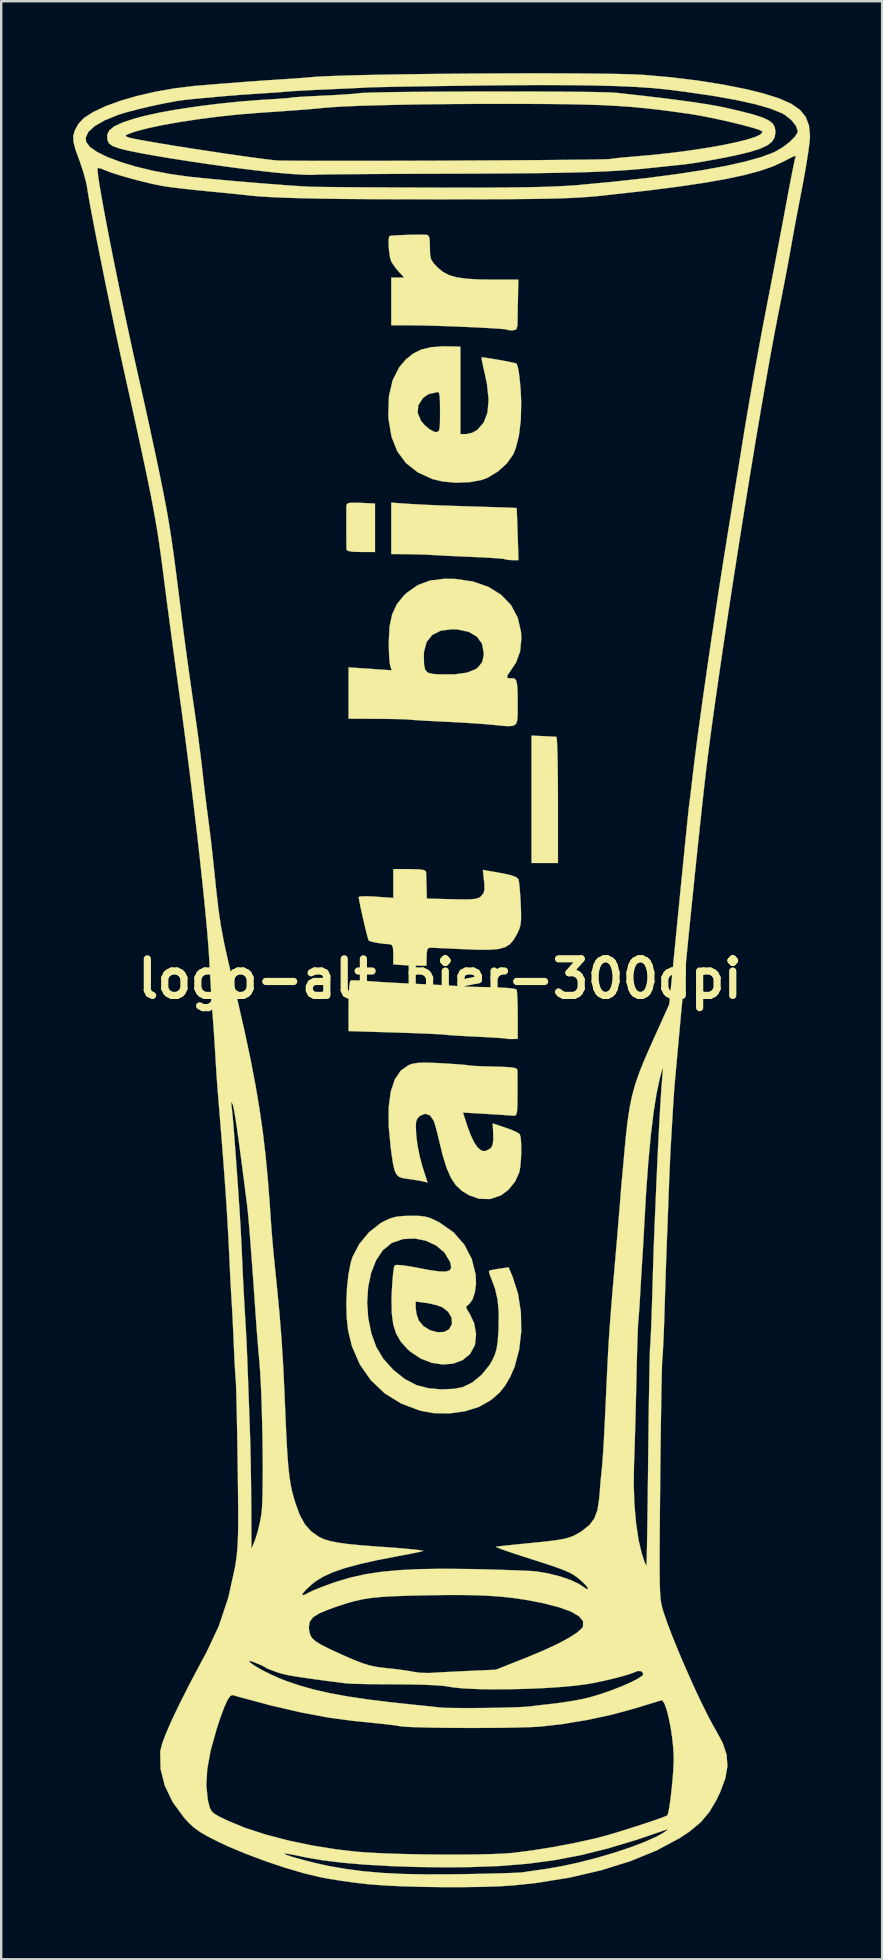
<source format=kicad_pcb>
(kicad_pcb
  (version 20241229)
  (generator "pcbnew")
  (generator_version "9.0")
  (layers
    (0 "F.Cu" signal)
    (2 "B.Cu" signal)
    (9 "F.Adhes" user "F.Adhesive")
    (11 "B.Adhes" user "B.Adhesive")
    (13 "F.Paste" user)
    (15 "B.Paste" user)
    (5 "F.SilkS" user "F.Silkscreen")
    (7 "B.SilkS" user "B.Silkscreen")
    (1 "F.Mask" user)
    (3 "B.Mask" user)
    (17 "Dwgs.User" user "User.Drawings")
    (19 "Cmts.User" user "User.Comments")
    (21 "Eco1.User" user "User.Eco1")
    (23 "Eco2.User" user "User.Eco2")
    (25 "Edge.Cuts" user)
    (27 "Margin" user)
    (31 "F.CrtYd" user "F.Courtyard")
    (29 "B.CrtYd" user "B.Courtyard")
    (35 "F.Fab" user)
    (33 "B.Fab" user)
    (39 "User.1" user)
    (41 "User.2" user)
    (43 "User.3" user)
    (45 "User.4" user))
  (footprint "logo-alt_bier-300dpi"
    (layer "F.Cu")
    (at 15.279 37.722)
    (property "Reference" "logo-alt_bier-300dpi" (at 0 0 0) (layer "F.SilkS") (effects (font (size 1.524 1.524) (thickness 0.3))))
    (attr through_hole)
    (fp_poly (pts (xy 4.297 -10.11) (xy 4.572 -10.097) (xy 4.775 -10.087) (xy 4.847 -10.082) (xy 4.863 -9.999) (xy 4.877 -9.767) (xy 4.889 -9.407) (xy 4.899 -8.938) (xy 4.907 -8.382) (xy 4.91 -7.759) (xy 4.911 -7.451) (xy 4.911 -4.826) (xy 3.81 -4.826) (xy 3.81 -10.132) (xy 4.297 -10.11)) (stroke (width 0.01) (type solid)) (fill yes) (layer "F.SilkS"))
    (fp_poly (pts (xy -3.302 -19.826) (xy -2.709 -19.798) (xy -2.709 -17.78) (xy -3.302 -17.78) (xy -3.648 -17.792) (xy -3.841 -17.828) (xy -3.897 -17.886) (xy -3.9 -18.056) (xy -3.902 -18.335) (xy -3.903 -18.675) (xy -3.904 -19.032) (xy -3.904 -19.357) (xy -3.903 -19.605) (xy -3.901 -19.727) (xy -3.867 -19.794) (xy -3.751 -19.828) (xy -3.519 -19.834) (xy -3.302 -19.826)) (stroke (width 0.01) (type solid)) (fill yes) (layer "F.SilkS"))
    (fp_poly (pts (xy -1.249 -19.781) (xy -0.919 -19.762) (xy -0.46 -19.74) (xy 0.087 -19.717) (xy 0.681 -19.696) (xy 1.282 -19.677) (xy 1.355 -19.675) (xy 1.89 -19.659) (xy 2.364 -19.644) (xy 2.753 -19.631) (xy 3.031 -19.62) (xy 3.173 -19.613) (xy 3.187 -19.611) (xy 3.194 -19.528) (xy 3.205 -19.307) (xy 3.217 -18.981) (xy 3.231 -18.583) (xy 3.233 -18.521) (xy 3.267 -17.441) (xy 3.002 -17.441) (xy 2.806 -17.453) (xy 2.699 -17.48) (xy 2.698 -17.481) (xy 2.604 -17.498) (xy 2.372 -17.518) (xy 2.031 -17.541) (xy 1.612 -17.562) (xy 1.393 -17.572) (xy 0.907 -17.593) (xy 0.444 -17.614) (xy 0.049 -17.634) (xy -0.235 -17.65) (xy -0.296 -17.654) (xy -0.6 -17.67) (xy -0.989 -17.682) (xy -1.376 -17.689) (xy -2.032 -17.695) (xy -2.032 -19.835) (xy -1.249 -19.781)) (stroke (width 0.01) (type solid)) (fill yes) (layer "F.SilkS"))
    (fp_poly (pts (xy -3.35 0.068) (xy -3.032 0.089) (xy -2.945 0.096) (xy -2.614 0.121) (xy -2.163 0.149) (xy -1.645 0.178) (xy -1.108 0.204) (xy -0.899 0.213) (xy -0.416 0.235) (xy 0.026 0.258) (xy 0.39 0.278) (xy 0.641 0.295) (xy 0.72 0.302) (xy 0.901 0.315) (xy 1.209 0.327) (xy 1.602 0.338) (xy 2.036 0.347) (xy 2.055 0.347) (xy 2.467 0.359) (xy 2.814 0.379) (xy 3.064 0.407) (xy 3.182 0.438) (xy 3.186 0.442) (xy 3.206 0.554) (xy 3.222 0.798) (xy 3.232 1.138) (xy 3.236 1.509) (xy 3.236 2.498) (xy 3.016 2.506) (xy 2.844 2.504) (xy 2.772 2.49) (xy 2.684 2.478) (xy 2.457 2.46) (xy 2.123 2.439) (xy 1.714 2.418) (xy 1.564 2.41) (xy 1.116 2.388) (xy 0.715 2.365) (xy 0.396 2.344) (xy 0.2 2.327) (xy 0.173 2.323) (xy 0.03 2.311) (xy -0.255 2.296) (xy -0.654 2.278) (xy -1.139 2.259) (xy -1.683 2.24) (xy -1.922 2.233) (xy -3.81 2.175) (xy -3.81 1.137) (xy -3.802 0.642) (xy -3.78 0.295) (xy -3.744 0.104) (xy -3.718 0.068) (xy -3.595 0.061) (xy -3.35 0.068)) (stroke (width 0.01) (type solid)) (fill yes) (layer "F.SilkS"))
    (fp_poly (pts (xy -0.603 -30.995) (xy -0.572 -30.994) (xy -0.488 -30.964) (xy -0.443 -30.86) (xy -0.425 -30.642) (xy -0.423 -30.47) (xy -0.415 -30.172) (xy -0.374 -29.975) (xy -0.273 -29.813) (xy -0.106 -29.635) (xy 0.112 -29.452) (xy 0.366 -29.316) (xy 0.684 -29.222) (xy 1.093 -29.163) (xy 1.619 -29.132) (xy 2.184 -29.125) (xy 3.26 -29.125) (xy 3.244 -28.257) (xy 3.237 -27.871) (xy 3.23 -27.531) (xy 3.225 -27.285) (xy 3.223 -27.199) (xy 3.172 -27.048) (xy 3.02 -27.009) (xy 2.852 -27.022) (xy 2.787 -27.043) (xy 2.692 -27.06) (xy 2.456 -27.081) (xy 2.106 -27.103) (xy 1.671 -27.127) (xy 1.178 -27.15) (xy 0.656 -27.172) (xy 0.132 -27.192) (xy -0.366 -27.207) (xy -0.809 -27.217) (xy -1.164 -27.22) (xy -2.032 -27.22) (xy -2.032 -28.215) (xy -2.032 -29.21) (xy -1.492 -29.21) (xy -1.709 -29.443) (xy -1.887 -29.658) (xy -2.024 -29.865) (xy -2.031 -29.877) (xy -2.083 -30.049) (xy -2.122 -30.302) (xy -2.142 -30.574) (xy -2.14 -30.805) (xy -2.112 -30.936) (xy -2.108 -30.94) (xy -2.016 -30.956) (xy -1.799 -30.971) (xy -1.504 -30.984) (xy -1.176 -30.994) (xy -0.861 -30.998) (xy -0.603 -30.995)) (stroke (width 0.01) (type solid)) (fill yes) (layer "F.SilkS"))
    (fp_poly (pts (xy -0.896 -4.562) (xy -0.674 -4.532) (xy -0.586 -4.478) (xy -0.584 -4.466) (xy -0.577 -4.329) (xy -0.569 -4.082) (xy -0.563 -3.852) (xy -0.55 -3.344) (xy 0.495 -3.317) (xy 0.943 -3.309) (xy 1.255 -3.312) (xy 1.462 -3.331) (xy 1.598 -3.369) (xy 1.693 -3.429) (xy 1.711 -3.444) (xy 1.809 -3.561) (xy 1.85 -3.712) (xy 1.844 -3.954) (xy 1.833 -4.068) (xy 1.784 -4.539) (xy 2.497 -4.414) (xy 2.912 -4.328) (xy 3.166 -4.24) (xy 3.264 -4.156) (xy 3.291 -4.018) (xy 3.319 -3.754) (xy 3.345 -3.405) (xy 3.36 -3.133) (xy 3.375 -2.721) (xy 3.372 -2.434) (xy 3.346 -2.224) (xy 3.291 -2.047) (xy 3.203 -1.863) (xy 3.06 -1.619) (xy 2.904 -1.44) (xy 2.708 -1.318) (xy 2.444 -1.245) (xy 2.085 -1.213) (xy 1.606 -1.213) (xy 1.143 -1.23) (xy 0.68 -1.25) (xy 0.262 -1.27) (xy -0.074 -1.285) (xy -0.291 -1.296) (xy -0.339 -1.299) (xy -0.469 -1.292) (xy -0.533 -1.22) (xy -0.556 -1.039) (xy -0.559 -0.931) (xy -0.567 -0.55) (xy -0.897 -0.55) (xy -1.212 -0.556) (xy -1.547 -0.573) (xy -1.587 -0.576) (xy -1.947 -0.602) (xy -1.947 -1.021) (xy -1.958 -1.277) (xy -2.001 -1.405) (xy -2.089 -1.442) (xy -2.095 -1.443) (xy -2.342 -1.461) (xy -2.61 -1.498) (xy -2.838 -1.545) (xy -2.965 -1.59) (xy -2.971 -1.595) (xy -3.005 -1.692) (xy -3.063 -1.911) (xy -3.137 -2.211) (xy -3.215 -2.549) (xy -3.289 -2.881) (xy -3.348 -3.165) (xy -3.382 -3.359) (xy -3.387 -3.41) (xy -3.309 -3.434) (xy -3.101 -3.441) (xy -2.802 -3.432) (xy -2.667 -3.423) (xy -1.947 -3.37) (xy -1.947 -4.572) (xy -1.27 -4.572) (xy -0.896 -4.562)) (stroke (width 0.01) (type solid)) (fill yes) (layer "F.SilkS"))
    (fp_poly (pts (xy 0.572 -26.341) (xy 0.847 -26.331) (xy 0.847 -22.691) (xy 1.089 -22.691) (xy 1.334 -22.744) (xy 1.544 -22.858) (xy 1.819 -23.171) (xy 1.978 -23.591) (xy 2.023 -24.124) (xy 1.955 -24.774) (xy 1.869 -25.188) (xy 1.797 -25.501) (xy 1.746 -25.743) (xy 1.726 -25.874) (xy 1.727 -25.885) (xy 1.814 -25.882) (xy 2.019 -25.853) (xy 2.297 -25.808) (xy 2.6 -25.755) (xy 2.88 -25.701) (xy 3.091 -25.656) (xy 3.187 -25.628) (xy 3.187 -25.628) (xy 3.236 -25.502) (xy 3.284 -25.245) (xy 3.326 -24.894) (xy 3.36 -24.487) (xy 3.379 -24.062) (xy 3.38 -24.011) (xy 3.364 -23.28) (xy 3.286 -22.632) (xy 3.152 -22.097) (xy 3.044 -21.837) (xy 2.781 -21.468) (xy 2.408 -21.132) (xy 1.981 -20.874) (xy 1.745 -20.784) (xy 1.25 -20.69) (xy 0.687 -20.666) (xy 0.131 -20.712) (xy -0.313 -20.816) (xy -0.932 -21.101) (xy -1.42 -21.486) (xy -1.782 -21.976) (xy -2.021 -22.579) (xy -2.143 -23.301) (xy -2.155 -23.496) (xy -2.152 -23.574) (xy -0.931 -23.574) (xy -0.798 -23.251) (xy -0.643 -23.063) (xy -0.436 -22.891) (xy -0.244 -22.788) (xy -0.178 -22.775) (xy -0.097 -22.785) (xy -0.046 -22.835) (xy -0.016 -22.955) (xy -0.003 -23.177) (xy -0.000061 -23.531) (xy 0 -23.631) (xy -0.003 -24.02) (xy -0.015 -24.267) (xy -0.041 -24.399) (xy -0.085 -24.443) (xy -0.134 -24.435) (xy -0.327 -24.389) (xy -0.392 -24.384) (xy -0.532 -24.328) (xy -0.708 -24.192) (xy -0.724 -24.176) (xy -0.907 -23.89) (xy -0.931 -23.574) (xy -2.152 -23.574) (xy -2.129 -24.27) (xy -1.976 -24.931) (xy -1.697 -25.479) (xy -1.426 -25.798) (xy -1.119 -26.045) (xy -0.781 -26.213) (xy -0.376 -26.31) (xy 0.13 -26.347) (xy 0.572 -26.341)) (stroke (width 0.01) (type solid)) (fill yes) (layer "F.SilkS"))
    (fp_poly (pts (xy 0.627 -16.659) (xy 1.372 -16.551) (xy 2.014 -16.327) (xy 2.546 -15.997) (xy 2.956 -15.568) (xy 3.235 -15.049) (xy 3.373 -14.451) (xy 3.387 -14.179) (xy 3.335 -13.64) (xy 3.168 -13.181) (xy 2.949 -12.848) (xy 2.809 -12.646) (xy 2.796 -12.541) (xy 2.913 -12.514) (xy 3.02 -12.523) (xy 3.112 -12.507) (xy 3.175 -12.416) (xy 3.213 -12.227) (xy 3.231 -11.917) (xy 3.234 -11.462) (xy 3.234 -11.441) (xy 3.233 -11.043) (xy 3.218 -10.775) (xy 3.161 -10.613) (xy 3.036 -10.537) (xy 2.814 -10.525) (xy 2.468 -10.554) (xy 2.159 -10.586) (xy 1.824 -10.614) (xy 1.371 -10.646) (xy 0.854 -10.677) (xy 0.325 -10.706) (xy 0.169 -10.713) (xy -0.293 -10.736) (xy -0.7 -10.758) (xy -1.021 -10.778) (xy -1.223 -10.793) (xy -1.27 -10.799) (xy -1.397 -10.809) (xy -1.66 -10.818) (xy -2.022 -10.825) (xy -2.451 -10.83) (xy -2.603 -10.831) (xy -3.81 -10.837) (xy -3.81 -12.974) (xy -2.015 -12.852) (xy -2.075 -13.04) (xy -2.101 -13.205) (xy -2.118 -13.445) (xy -0.676 -13.445) (xy -0.666 -13.091) (xy -0.618 -12.872) (xy -0.506 -12.754) (xy -0.3 -12.701) (xy -0.055 -12.683) (xy 0.609 -12.683) (xy 1.12 -12.754) (xy 1.481 -12.898) (xy 1.601 -12.993) (xy 1.757 -13.202) (xy 1.816 -13.459) (xy 1.82 -13.582) (xy 1.747 -13.962) (xy 1.534 -14.256) (xy 1.191 -14.455) (xy 0.728 -14.553) (xy 0.507 -14.563) (xy 0.03 -14.503) (xy -0.326 -14.324) (xy -0.56 -14.03) (xy -0.668 -13.622) (xy -0.676 -13.445) (xy -2.118 -13.445) (xy -2.122 -13.491) (xy -2.134 -13.849) (xy -2.135 -14.048) (xy -2.103 -14.677) (xy -1.995 -15.184) (xy -1.8 -15.603) (xy -1.504 -15.968) (xy -1.371 -16.091) (xy -0.929 -16.4) (xy -0.425 -16.589) (xy 0.168 -16.665) (xy 0.627 -16.659)) (stroke (width 0.01) (type solid)) (fill yes) (layer "F.SilkS"))
    (fp_poly (pts (xy -0.244 3.5) (xy 0.078 3.516) (xy 0.486 3.541) (xy 0.829 3.565) (xy 1.075 3.587) (xy 1.189 3.603) (xy 1.192 3.604) (xy 1.291 3.617) (xy 1.525 3.631) (xy 1.856 3.644) (xy 2.229 3.654) (xy 2.661 3.666) (xy 2.949 3.685) (xy 3.121 3.713) (xy 3.204 3.756) (xy 3.223 3.806) (xy 3.225 3.942) (xy 3.226 4.205) (xy 3.227 4.553) (xy 3.226 4.826) (xy 3.223 5.224) (xy 3.211 5.482) (xy 3.185 5.628) (xy 3.142 5.691) (xy 3.075 5.7) (xy 3.075 5.7) (xy 2.934 5.689) (xy 2.665 5.671) (xy 2.306 5.649) (xy 1.94 5.626) (xy 0.954 5.568) (xy 1.157 6.192) (xy 1.283 6.524) (xy 1.426 6.817) (xy 1.555 7.011) (xy 1.565 7.022) (xy 1.725 7.156) (xy 1.861 7.175) (xy 1.986 7.129) (xy 2.115 7.048) (xy 2.188 6.923) (xy 2.217 6.715) (xy 2.211 6.385) (xy 2.209 6.333) (xy 2.193 6.02) (xy 2.726 6.198) (xy 3.009 6.303) (xy 3.224 6.402) (xy 3.322 6.469) (xy 3.36 6.616) (xy 3.38 6.88) (xy 3.382 7.21) (xy 3.367 7.556) (xy 3.336 7.866) (xy 3.298 8.062) (xy 3.123 8.446) (xy 2.845 8.791) (xy 2.538 9.018) (xy 2.081 9.172) (xy 1.62 9.159) (xy 1.207 9.012) (xy 0.906 8.828) (xy 0.658 8.594) (xy 0.452 8.283) (xy 0.272 7.874) (xy 0.108 7.341) (xy -0.04 6.731) (xy -0.12 6.398) (xy -0.201 6.1) (xy -0.264 5.908) (xy -0.416 5.689) (xy -0.616 5.618) (xy -0.833 5.704) (xy -0.863 5.729) (xy -0.951 5.828) (xy -0.998 5.954) (xy -1.01 6.152) (xy -0.995 6.468) (xy -0.991 6.519) (xy -0.939 6.932) (xy -0.846 7.4) (xy -0.734 7.818) (xy -0.521 8.482) (xy -0.705 8.437) (xy -0.894 8.4) (xy -1.173 8.356) (xy -1.34 8.333) (xy -1.556 8.299) (xy -1.711 8.244) (xy -1.819 8.141) (xy -1.898 7.964) (xy -1.96 7.685) (xy -2.022 7.276) (xy -2.052 7.051) (xy -2.139 6.14) (xy -2.14 5.357) (xy -2.055 4.706) (xy -1.885 4.191) (xy -1.631 3.816) (xy -1.296 3.586) (xy -1.126 3.531) (xy -0.918 3.499) (xy -0.636 3.489) (xy -0.244 3.5)) (stroke (width 0.01) (type solid)) (fill yes) (layer "F.SilkS"))
    (fp_poly (pts (xy -0.864 9.873) (xy -0.6 9.905) (xy -0.366 9.979) (xy -0.091 10.113) (xy -0.014 10.154) (xy 0.56 10.557) (xy 1.009 11.068) (xy 1.322 11.67) (xy 1.484 12.321) (xy 1.498 12.703) (xy 1.449 13.068) (xy 1.347 13.368) (xy 1.205 13.554) (xy 1.193 13.561) (xy 1.102 13.633) (xy 1.097 13.717) (xy 1.182 13.868) (xy 1.235 13.946) (xy 1.422 14.345) (xy 1.5 14.795) (xy 1.458 15.222) (xy 1.441 15.277) (xy 1.245 15.631) (xy 0.94 15.88) (xy 0.556 16.025) (xy 0.118 16.063) (xy -0.345 15.993) (xy -0.808 15.814) (xy -1.241 15.525) (xy -1.365 15.413) (xy -1.635 15.11) (xy -1.826 14.782) (xy -1.949 14.398) (xy -2.011 13.926) (xy -2.014 13.709) (xy -1.016 13.709) (xy -0.975 13.983) (xy -0.884 14.235) (xy -0.692 14.466) (xy -0.419 14.632) (xy -0.116 14.717) (xy 0.169 14.708) (xy 0.375 14.599) (xy 0.498 14.372) (xy 0.482 14.113) (xy 0.338 13.866) (xy 0.095 13.679) (xy -0.132 13.595) (xy -0.435 13.522) (xy -0.579 13.498) (xy -1.016 13.44) (xy -1.016 13.709) (xy -2.014 13.709) (xy -2.02 13.336) (xy -2.009 13.01) (xy -1.985 12.611) (xy -1.954 12.274) (xy -1.921 12.035) (xy -1.889 11.931) (xy -1.779 11.915) (xy -1.54 11.934) (xy -1.208 11.984) (xy -0.971 12.029) (xy -0.423 12.133) (xy -0.021 12.188) (xy 0.251 12.191) (xy 0.407 12.138) (xy 0.464 12.028) (xy 0.438 11.856) (xy 0.41 11.776) (xy 0.183 11.399) (xy -0.162 11.106) (xy -0.588 10.907) (xy -1.058 10.814) (xy -1.537 10.838) (xy -1.988 10.991) (xy -2.031 11.014) (xy -2.383 11.303) (xy -2.663 11.721) (xy -2.868 12.24) (xy -2.994 12.832) (xy -3.037 13.472) (xy -2.992 14.131) (xy -2.856 14.783) (xy -2.657 15.333) (xy -2.364 15.821) (xy -1.955 16.279) (xy -1.478 16.662) (xy -0.981 16.923) (xy -0.973 16.926) (xy -0.484 17.051) (xy 0.07 17.101) (xy 0.61 17.073) (xy 0.943 17.004) (xy 1.348 16.809) (xy 1.736 16.488) (xy 2.064 16.082) (xy 2.177 15.887) (xy 2.283 15.654) (xy 2.353 15.421) (xy 2.399 15.137) (xy 2.428 14.755) (xy 2.438 14.544) (xy 2.445 13.904) (xy 2.399 13.376) (xy 2.293 12.911) (xy 2.144 12.509) (xy 2.065 12.304) (xy 2.036 12.176) (xy 2.04 12.16) (xy 2.137 12.13) (xy 2.344 12.091) (xy 2.465 12.072) (xy 2.855 12.016) (xy 3.027 12.421) (xy 3.25 13.121) (xy 3.367 13.889) (xy 3.382 14.682) (xy 3.293 15.456) (xy 3.103 16.166) (xy 2.924 16.575) (xy 2.711 16.942) (xy 2.492 17.218) (xy 2.207 17.473) (xy 2.098 17.557) (xy 1.618 17.829) (xy 1.034 18.012) (xy 0.391 18.101) (xy -0.267 18.089) (xy -0.823 17.988) (xy -1.613 17.693) (xy -2.302 17.266) (xy -2.882 16.718) (xy -3.341 16.06) (xy -3.669 15.305) (xy -3.831 14.638) (xy -3.888 14.11) (xy -3.903 13.515) (xy -3.878 12.905) (xy -3.818 12.328) (xy -3.724 11.836) (xy -3.648 11.587) (xy -3.365 11.047) (xy -2.967 10.564) (xy -2.494 10.186) (xy -2.339 10.097) (xy -2.069 9.975) (xy -1.809 9.905) (xy -1.491 9.874) (xy -1.228 9.868) (xy -0.864 9.873)) (stroke (width 0.01) (type solid)) (fill yes) (layer "F.SilkS"))
    (fp_poly (pts (xy 3.5 -36.96) (xy 4.294 -36.958) (xy 5.036 -36.954) (xy 5.708 -36.948) (xy 6.291 -36.941) (xy 6.767 -36.931) (xy 7.117 -36.92) (xy 7.324 -36.908) (xy 8.501 -36.777) (xy 9.516 -36.656) (xy 10.376 -36.542) (xy 11.088 -36.435) (xy 11.659 -36.334) (xy 11.937 -36.275) (xy 12.579 -36.125) (xy 13.072 -35.995) (xy 13.436 -35.876) (xy 13.689 -35.758) (xy 13.85 -35.633) (xy 13.937 -35.491) (xy 13.968 -35.323) (xy 13.97 -35.264) (xy 13.937 -35.052) (xy 13.829 -34.872) (xy 13.628 -34.716) (xy 13.317 -34.573) (xy 12.881 -34.438) (xy 12.303 -34.3) (xy 11.881 -34.213) (xy 11.391 -34.12) (xy 10.915 -34.036) (xy 10.498 -33.968) (xy 10.186 -33.924) (xy 10.118 -33.917) (xy 9.794 -33.885) (xy 9.377 -33.841) (xy 8.941 -33.795) (xy 8.805 -33.78) (xy 8.355 -33.734) (xy 7.889 -33.695) (xy 7.394 -33.661) (xy 6.853 -33.632) (xy 6.252 -33.607) (xy 5.576 -33.588) (xy 4.809 -33.572) (xy 3.935 -33.559) (xy 2.941 -33.55) (xy 1.81 -33.543) (xy 0.527 -33.538) (xy 0.304 -33.538) (xy -0.635 -33.535) (xy -1.526 -33.531) (xy -2.355 -33.527) (xy -3.108 -33.522) (xy -3.768 -33.517) (xy -4.321 -33.512) (xy -4.753 -33.506) (xy -5.048 -33.501) (xy -5.191 -33.495) (xy -5.199 -33.494) (xy -5.354 -33.488) (xy -5.634 -33.495) (xy -5.996 -33.514) (xy -6.308 -33.535) (xy -6.846 -33.583) (xy -7.484 -33.653) (xy -8.193 -33.739) (xy -8.949 -33.839) (xy -9.724 -33.948) (xy -10.493 -34.062) (xy -11.229 -34.178) (xy -11.906 -34.291) (xy -12.497 -34.398) (xy -12.976 -34.495) (xy -13.318 -34.577) (xy -13.355 -34.588) (xy -13.63 -34.685) (xy -13.781 -34.79) (xy -13.853 -34.933) (xy -13.855 -34.941) (xy -13.863 -35.101) (xy -13.095 -35.101) (xy -12.988 -35.051) (xy -12.835 -35.011) (xy -12.539 -34.953) (xy -12.123 -34.878) (xy -11.612 -34.791) (xy -11.029 -34.695) (xy -10.4 -34.595) (xy -9.748 -34.495) (xy -9.096 -34.396) (xy -8.471 -34.305) (xy -7.894 -34.224) (xy -7.391 -34.157) (xy -6.986 -34.108) (xy -6.816 -34.09) (xy -6.663 -34.084) (xy -6.359 -34.079) (xy -5.92 -34.075) (xy -5.363 -34.073) (xy -4.702 -34.071) (xy -3.953 -34.071) (xy -3.133 -34.071) (xy -2.257 -34.073) (xy -1.341 -34.075) (xy -0.4 -34.078) (xy 0.549 -34.082) (xy 1.492 -34.087) (xy 2.411 -34.092) (xy 3.292 -34.097) (xy 4.118 -34.103) (xy 4.875 -34.11) (xy 5.545 -34.117) (xy 6.113 -34.124) (xy 6.564 -34.131) (xy 6.882 -34.138) (xy 7.051 -34.145) (xy 7.07 -34.148) (xy 7.277 -34.176) (xy 7.59 -34.209) (xy 7.948 -34.241) (xy 8.001 -34.245) (xy 8.807 -34.315) (xy 9.596 -34.4) (xy 10.354 -34.498) (xy 11.064 -34.605) (xy 11.711 -34.717) (xy 12.278 -34.833) (xy 12.749 -34.948) (xy 13.108 -35.06) (xy 13.34 -35.166) (xy 13.428 -35.261) (xy 13.408 -35.31) (xy 13.287 -35.367) (xy 13.032 -35.448) (xy 12.674 -35.546) (xy 12.246 -35.653) (xy 11.778 -35.761) (xy 11.304 -35.863) (xy 10.854 -35.951) (xy 10.461 -36.017) (xy 10.455 -36.018) (xy 9.776 -36.115) (xy 9.151 -36.197) (xy 8.557 -36.264) (xy 7.971 -36.319) (xy 7.369 -36.361) (xy 6.726 -36.394) (xy 6.02 -36.417) (xy 5.226 -36.433) (xy 4.319 -36.442) (xy 3.278 -36.446) (xy 2.794 -36.447) (xy 1.584 -36.445) (xy 0.428 -36.438) (xy -0.66 -36.426) (xy -1.666 -36.409) (xy -2.573 -36.388) (xy -3.368 -36.364) (xy -4.035 -36.336) (xy -4.56 -36.305) (xy -4.868 -36.278) (xy -5.118 -36.252) (xy -5.433 -36.224) (xy -5.836 -36.193) (xy -6.348 -36.155) (xy -6.99 -36.11) (xy -7.62 -36.067) (xy -8.425 -36.001) (xy -9.248 -35.913) (xy -10.061 -35.808) (xy -10.837 -35.69) (xy -11.548 -35.564) (xy -12.164 -35.434) (xy -12.659 -35.304) (xy -12.913 -35.218) (xy -13.077 -35.147) (xy -13.095 -35.101) (xy -13.863 -35.101) (xy -13.866 -35.156) (xy -13.774 -35.343) (xy -13.564 -35.512) (xy -13.223 -35.671) (xy -12.737 -35.83) (xy -12.321 -35.942) (xy -11.696 -36.08) (xy -10.943 -36.215) (xy -10.1 -36.341) (xy -9.209 -36.453) (xy -8.31 -36.546) (xy -7.442 -36.613) (xy -7.239 -36.625) (xy -6.842 -36.649) (xy -6.51 -36.672) (xy -6.277 -36.692) (xy -6.179 -36.706) (xy -6.179 -36.706) (xy -6.084 -36.719) (xy -5.849 -36.736) (xy -5.507 -36.756) (xy -5.088 -36.777) (xy -4.867 -36.788) (xy -4.404 -36.811) (xy -3.986 -36.836) (xy -3.651 -36.86) (xy -3.434 -36.881) (xy -3.387 -36.889) (xy -3.239 -36.902) (xy -2.94 -36.914) (xy -2.508 -36.925) (xy -1.963 -36.935) (xy -1.322 -36.943) (xy -0.603 -36.949) (xy 0.174 -36.955) (xy 0.991 -36.958) (xy 1.83 -36.961) (xy 2.673 -36.961) (xy 3.5 -36.96)) (stroke (width 0.01) (type solid)) (fill yes) (layer "F.SilkS"))
    (fp_poly (pts (xy 5.16 -37.715) (xy 6.017 -37.71) (xy 6.788 -37.701) (xy 7.458 -37.69) (xy 8.006 -37.675) (xy 8.415 -37.656) (xy 8.467 -37.653) (xy 9.602 -37.555) (xy 10.73 -37.417) (xy 11.806 -37.246) (xy 12.789 -37.049) (xy 13.469 -36.88) (xy 14.125 -36.673) (xy 14.628 -36.45) (xy 14.992 -36.196) (xy 15.234 -35.897) (xy 15.367 -35.54) (xy 15.409 -35.11) (xy 15.409 -35.103) (xy 15.393 -34.876) (xy 15.348 -34.518) (xy 15.278 -34.061) (xy 15.19 -33.541) (xy 15.088 -32.991) (xy 15.074 -32.919) (xy 14.962 -32.336) (xy 14.85 -31.75) (xy 14.748 -31.204) (xy 14.663 -30.738) (xy 14.603 -30.396) (xy 14.603 -30.395) (xy 14.544 -30.068) (xy 14.46 -29.614) (xy 14.356 -29.069) (xy 14.241 -28.474) (xy 14.121 -27.865) (xy 14.085 -27.686) (xy 13.926 -26.864) (xy 13.748 -25.894) (xy 13.554 -24.798) (xy 13.346 -23.597) (xy 13.129 -22.31) (xy 12.906 -20.958) (xy 12.68 -19.563) (xy 12.454 -18.144) (xy 12.232 -16.722) (xy 12.016 -15.319) (xy 11.811 -13.954) (xy 11.619 -12.649) (xy 11.443 -11.423) (xy 11.288 -10.298) (xy 11.156 -9.295) (xy 11.137 -9.144) (xy 11.077 -8.648) (xy 11.003 -8.006) (xy 10.919 -7.239) (xy 10.825 -6.371) (xy 10.725 -5.423) (xy 10.62 -4.419) (xy 10.513 -3.379) (xy 10.406 -2.327) (xy 10.302 -1.285) (xy 10.203 -0.274) (xy 10.111 0.682) (xy 10.028 1.562) (xy 9.993 1.947) (xy 9.94 2.526) (xy 9.89 3.073) (xy 9.846 3.558) (xy 9.811 3.948) (xy 9.787 4.214) (xy 9.781 4.276) (xy 9.758 4.556) (xy 9.731 4.939) (xy 9.704 5.355) (xy 9.695 5.503) (xy 9.669 5.955) (xy 9.641 6.435) (xy 9.616 6.855) (xy 9.61 6.943) (xy 9.593 7.265) (xy 9.573 7.705) (xy 9.551 8.209) (xy 9.531 8.726) (xy 9.526 8.848) (xy 9.505 9.409) (xy 9.483 10.018) (xy 9.46 10.605) (xy 9.441 11.1) (xy 9.44 11.134) (xy 9.424 11.556) (xy 9.405 12.098) (xy 9.385 12.709) (xy 9.365 13.338) (xy 9.35 13.843) (xy 9.332 14.382) (xy 9.313 14.881) (xy 9.293 15.309) (xy 9.275 15.633) (xy 9.259 15.823) (xy 9.258 15.833) (xy 9.25 15.971) (xy 9.24 16.262) (xy 9.23 16.69) (xy 9.219 17.238) (xy 9.208 17.891) (xy 9.197 18.632) (xy 9.186 19.444) (xy 9.176 20.312) (xy 9.17 20.955) (xy 9.16 21.983) (xy 9.152 22.855) (xy 9.147 23.588) (xy 9.145 24.194) (xy 9.146 24.689) (xy 9.151 25.087) (xy 9.159 25.403) (xy 9.171 25.651) (xy 9.188 25.845) (xy 9.21 26) (xy 9.238 26.131) (xy 9.27 26.252) (xy 9.294 26.331) (xy 9.458 26.811) (xy 9.679 27.392) (xy 9.943 28.04) (xy 10.234 28.721) (xy 10.536 29.4) (xy 10.836 30.043) (xy 11.118 30.617) (xy 11.366 31.086) (xy 11.493 31.305) (xy 11.776 31.831) (xy 11.935 32.315) (xy 11.97 32.792) (xy 11.883 33.297) (xy 11.673 33.865) (xy 11.511 34.205) (xy 11.214 34.706) (xy 10.858 35.127) (xy 10.402 35.509) (xy 9.972 35.795) (xy 9.016 36.305) (xy 7.921 36.752) (xy 6.707 37.13) (xy 5.394 37.435) (xy 4.003 37.659) (xy 3.048 37.76) (xy 2.467 37.797) (xy 1.758 37.821) (xy 0.962 37.832) (xy 0.12 37.832) (xy -0.728 37.821) (xy -1.54 37.798) (xy -2.275 37.764) (xy -2.892 37.72) (xy -3.006 37.709) (xy -3.53 37.649) (xy -4.097 37.57) (xy -4.632 37.485) (xy -4.988 37.419) (xy -5.67 37.254) (xy -6.447 37.026) (xy -7.268 36.751) (xy -8.078 36.447) (xy -8.111 36.434) (xy -6.49 36.434) (xy -6.435 36.473) (xy -6.249 36.541) (xy -5.963 36.627) (xy -5.613 36.723) (xy -5.23 36.819) (xy -4.848 36.907) (xy -4.614 36.955) (xy -3.898 37.079) (xy -3.167 37.173) (xy -2.391 37.241) (xy -1.541 37.283) (xy -0.588 37.301) (xy 0.497 37.297) (xy 0.762 37.294) (xy 1.397 37.283) (xy 1.988 37.27) (xy 2.51 37.257) (xy 2.938 37.243) (xy 3.249 37.23) (xy 3.419 37.218) (xy 3.429 37.217) (xy 3.635 37.185) (xy 3.947 37.14) (xy 4.303 37.089) (xy 4.36 37.081) (xy 5.041 36.966) (xy 5.772 36.807) (xy 6.522 36.615) (xy 7.258 36.399) (xy 7.947 36.169) (xy 8.556 35.936) (xy 9.053 35.71) (xy 9.316 35.561) (xy 9.457 35.461) (xy 9.478 35.424) (xy 9.44 35.433) (xy 8.166 35.867) (xy 6.988 36.22) (xy 5.868 36.499) (xy 4.766 36.709) (xy 3.643 36.858) (xy 2.461 36.953) (xy 1.179 37) (xy 0.212 37.007) (xy -0.959 36.993) (xy -2.077 36.955) (xy -3.12 36.895) (xy -4.065 36.814) (xy -4.891 36.714) (xy -5.575 36.597) (xy -5.684 36.573) (xy -6.023 36.502) (xy -6.294 36.452) (xy -6.458 36.431) (xy -6.49 36.434) (xy -8.111 36.434) (xy -8.826 36.135) (xy -9.271 35.926) (xy -9.701 35.706) (xy -10.018 35.521) (xy -10.265 35.34) (xy -10.485 35.133) (xy -10.659 34.942) (xy -11.137 34.288) (xy -11.466 33.604) (xy -11.47 33.589) (xy -9.736 33.589) (xy -9.674 34.192) (xy -9.639 34.347) (xy -9.586 34.534) (xy -9.515 34.668) (xy -9.394 34.779) (xy -9.187 34.898) (xy -8.861 35.057) (xy -8.856 35.059) (xy -8.134 35.358) (xy -7.28 35.637) (xy -6.33 35.886) (xy -5.321 36.098) (xy -4.29 36.263) (xy -3.463 36.357) (xy -2.941 36.395) (xy -2.306 36.426) (xy -1.588 36.45) (xy -0.82 36.467) (xy -0.034 36.476) (xy 0.739 36.478) (xy 1.467 36.471) (xy 2.118 36.457) (xy 2.66 36.434) (xy 3.03 36.406) (xy 3.83 36.304) (xy 4.716 36.162) (xy 5.615 35.991) (xy 6.454 35.806) (xy 6.606 35.768) (xy 6.903 35.688) (xy 7.279 35.578) (xy 7.703 35.448) (xy 8.143 35.309) (xy 8.567 35.17) (xy 8.943 35.043) (xy 9.24 34.938) (xy 9.425 34.864) (xy 9.469 34.839) (xy 9.508 34.727) (xy 9.553 34.483) (xy 9.601 34.145) (xy 9.647 33.748) (xy 9.687 33.332) (xy 9.717 32.932) (xy 9.732 32.586) (xy 9.734 32.47) (xy 9.717 32.064) (xy 9.672 31.628) (xy 9.607 31.191) (xy 9.526 30.785) (xy 9.437 30.44) (xy 9.347 30.188) (xy 9.261 30.058) (xy 9.223 30.049) (xy 9.097 30.086) (xy 8.847 30.163) (xy 8.51 30.266) (xy 8.176 30.369) (xy 7.197 30.638) (xy 6.14 30.867) (xy 5.081 31.043) (xy 4.149 31.147) (xy 3.822 31.165) (xy 3.377 31.179) (xy 2.842 31.19) (xy 2.242 31.197) (xy 1.604 31.2) (xy 0.956 31.2) (xy 0.323 31.196) (xy -0.268 31.188) (xy -0.79 31.177) (xy -1.216 31.163) (xy -1.519 31.146) (xy -1.651 31.13) (xy -1.892 31.092) (xy -2.201 31.053) (xy -2.328 31.039) (xy -2.594 31.012) (xy -2.969 30.973) (xy -3.398 30.929) (xy -3.683 30.9) (xy -4.683 30.764) (xy -5.811 30.551) (xy -7.045 30.264) (xy -8.365 29.91) (xy -8.639 29.83) (xy -8.736 29.867) (xy -8.851 30.033) (xy -8.99 30.339) (xy -9.157 30.794) (xy -9.304 31.242) (xy -9.553 32.132) (xy -9.696 32.908) (xy -9.736 33.589) (xy -11.47 33.589) (xy -11.641 32.906) (xy -11.655 32.212) (xy -11.647 32.144) (xy -11.575 31.856) (xy -11.417 31.433) (xy -11.177 30.883) (xy -10.858 30.214) (xy -10.465 29.436) (xy -10 28.555) (xy -9.92 28.406) (xy -7.959 28.406) (xy -7.886 28.496) (xy -7.689 28.632) (xy -7.4 28.796) (xy -7.054 28.97) (xy -6.682 29.136) (xy -6.435 29.234) (xy -5.869 29.428) (xy -5.267 29.599) (xy -4.605 29.75) (xy -3.86 29.887) (xy -3.009 30.014) (xy -2.031 30.134) (xy -1.143 30.229) (xy -0.748 30.269) (xy -0.402 30.305) (xy -0.149 30.333) (xy -0.042 30.346) (xy 0.157 30.361) (xy 0.491 30.369) (xy 0.924 30.373) (xy 1.421 30.373) (xy 1.947 30.368) (xy 2.468 30.359) (xy 2.948 30.347) (xy 3.352 30.332) (xy 3.645 30.314) (xy 3.725 30.306) (xy 4.122 30.258) (xy 4.548 30.209) (xy 4.784 30.183) (xy 5.139 30.135) (xy 5.562 30.067) (xy 5.919 30.001) (xy 6.297 29.909) (xy 6.718 29.781) (xy 7.152 29.629) (xy 7.57 29.466) (xy 7.94 29.304) (xy 8.232 29.155) (xy 8.417 29.031) (xy 8.467 28.959) (xy 8.402 28.843) (xy 8.246 28.825) (xy 8.142 28.864) (xy 7.943 28.943) (xy 7.62 29.041) (xy 7.219 29.146) (xy 6.783 29.248) (xy 6.356 29.336) (xy 6.138 29.374) (xy 5.623 29.441) (xy 5.011 29.497) (xy 4.331 29.541) (xy 3.615 29.572) (xy 2.893 29.589) (xy 2.195 29.593) (xy 1.552 29.582) (xy 0.995 29.556) (xy 0.554 29.514) (xy 0.329 29.475) (xy 0.125 29.447) (xy -0.216 29.423) (xy -0.66 29.403) (xy -1.176 29.39) (xy -1.73 29.384) (xy -1.83 29.384) (xy -2.384 29.382) (xy -2.9 29.377) (xy -3.349 29.368) (xy -3.696 29.357) (xy -3.913 29.344) (xy -3.937 29.341) (xy -4.659 29.248) (xy -5.235 29.171) (xy -5.686 29.107) (xy -6.033 29.054) (xy -6.298 29.007) (xy -6.502 28.963) (xy -6.668 28.919) (xy -6.731 28.899) (xy -6.988 28.81) (xy -7.18 28.732) (xy -7.239 28.7) (xy -7.363 28.628) (xy -7.554 28.541) (xy -7.755 28.46) (xy -7.908 28.408) (xy -7.959 28.406) (xy -9.92 28.406) (xy -9.736 28.067) (xy -9.241 27.014) (xy -5.466 27.014) (xy -5.443 27.202) (xy -5.399 27.348) (xy -5.315 27.477) (xy -5.166 27.605) (xy -4.931 27.747) (xy -4.587 27.92) (xy -4.111 28.138) (xy -4.051 28.165) (xy -3.59 28.366) (xy -3.23 28.506) (xy -2.923 28.6) (xy -2.619 28.662) (xy -2.269 28.706) (xy -2.201 28.713) (xy -1.811 28.756) (xy -1.451 28.804) (xy -1.178 28.848) (xy -1.101 28.865) (xy -0.831 28.903) (xy -0.503 28.913) (xy -0.381 28.908) (xy -0.134 28.893) (xy 0.235 28.873) (xy 0.676 28.851) (xy 1.143 28.829) (xy 1.185 28.827) (xy 2.328 28.775) (xy 3.63 28.258) (xy 4.31 27.973) (xy 4.893 27.702) (xy 5.365 27.45) (xy 5.709 27.228) (xy 5.913 27.042) (xy 5.956 26.97) (xy 5.956 26.756) (xy 5.789 26.551) (xy 5.457 26.357) (xy 4.963 26.176) (xy 4.308 26.008) (xy 4.248 25.995) (xy 3.657 25.879) (xy 3.079 25.791) (xy 2.483 25.727) (xy 1.837 25.686) (xy 1.111 25.666) (xy 0.274 25.664) (xy -0.517 25.675) (xy -1.281 25.692) (xy -1.906 25.713) (xy -2.42 25.743) (xy -2.853 25.785) (xy -3.233 25.844) (xy -3.591 25.925) (xy -3.956 26.03) (xy -4.357 26.164) (xy -4.61 26.255) (xy -5.023 26.424) (xy -5.29 26.591) (xy -5.43 26.78) (xy -5.466 27.014) (xy -9.241 27.014) (xy -9.215 26.96) (xy -8.818 25.771) (xy -8.541 24.511) (xy -8.5 24.257) (xy -8.468 24.01) (xy -8.443 23.749) (xy -8.425 23.454) (xy -8.413 23.105) (xy -8.408 22.679) (xy -8.408 22.157) (xy -8.413 21.517) (xy -8.422 20.74) (xy -8.429 20.278) (xy -8.44 19.536) (xy -8.452 18.84) (xy -8.464 18.209) (xy -8.476 17.662) (xy -8.487 17.222) (xy -8.498 16.906) (xy -8.506 16.736) (xy -8.508 16.722) (xy -8.523 16.547) (xy -8.542 16.241) (xy -8.564 15.843) (xy -8.584 15.391) (xy -8.591 15.24) (xy -8.612 14.745) (xy -8.635 14.258) (xy -8.657 13.829) (xy -8.676 13.508) (xy -8.679 13.462) (xy -8.698 13.147) (xy -8.722 12.724) (xy -8.746 12.254) (xy -8.762 11.896) (xy -8.793 11.251) (xy -8.823 10.643) (xy -8.857 10.048) (xy -8.894 9.443) (xy -8.937 8.804) (xy -8.987 8.108) (xy -9.046 7.331) (xy -9.115 6.451) (xy -9.197 5.443) (xy -9.22 5.166) (xy -8.698 5.166) (xy -8.68 5.334) (xy -8.654 5.574) (xy -8.623 5.907) (xy -8.597 6.223) (xy -8.499 7.521) (xy -8.418 8.657) (xy -8.352 9.636) (xy -8.302 10.466) (xy -8.266 11.151) (xy -8.26 11.303) (xy -8.231 11.954) (xy -8.202 12.57) (xy -8.169 13.202) (xy -8.129 13.904) (xy -8.086 14.647) (xy -8.073 14.867) (xy -8.06 15.122) (xy -8.047 15.428) (xy -8.031 15.805) (xy -8.013 16.269) (xy -7.992 16.838) (xy -7.967 17.53) (xy -7.937 18.361) (xy -7.914 19.008) (xy -7.9 19.518) (xy -7.886 20.141) (xy -7.875 20.821) (xy -7.867 21.5) (xy -7.863 22.013) (xy -7.856 23.749) (xy -7.694 23.338) (xy -7.599 23.04) (xy -7.507 22.658) (xy -7.438 22.28) (xy -7.414 22.002) (xy -7.397 21.582) (xy -7.388 21.048) (xy -7.385 20.426) (xy -7.388 19.745) (xy -7.398 19.032) (xy -7.414 18.313) (xy -7.434 17.617) (xy -7.46 16.971) (xy -7.49 16.402) (xy -7.525 15.937) (xy -7.527 15.917) (xy -7.569 15.442) (xy -7.611 14.93) (xy -7.647 14.467) (xy -7.658 14.309) (xy -7.733 13.238) (xy -7.797 12.323) (xy -7.854 11.551) (xy -7.902 10.909) (xy -7.945 10.383) (xy -7.982 9.96) (xy -8.014 9.627) (xy -8.043 9.371) (xy -8.045 9.356) (xy -8.173 8.351) (xy -8.284 7.504) (xy -8.377 6.807) (xy -8.455 6.249) (xy -8.519 5.821) (xy -8.571 5.514) (xy -8.611 5.317) (xy -8.636 5.232) (xy -8.686 5.128) (xy -8.698 5.166) (xy -9.22 5.166) (xy -9.268 4.572) (xy -9.29 4.276) (xy -9.317 3.878) (xy -9.344 3.445) (xy -9.355 3.26) (xy -9.38 2.834) (xy -9.407 2.412) (xy -9.431 2.062) (xy -9.44 1.947) (xy -9.486 1.327) (xy -9.535 0.573) (xy -9.584 -0.281) (xy -9.613 -0.804) (xy -9.651 -1.391) (xy -9.712 -2.125) (xy -9.793 -2.988) (xy -9.892 -3.96) (xy -10.006 -5.021) (xy -10.134 -6.152) (xy -10.274 -7.333) (xy -10.422 -8.545) (xy -10.578 -9.768) (xy -10.738 -10.982) (xy -10.88 -12.023) (xy -10.988 -12.809) (xy -11.104 -13.662) (xy -11.221 -14.533) (xy -11.333 -15.375) (xy -11.434 -16.142) (xy -11.513 -16.764) (xy -11.58 -17.283) (xy -11.645 -17.762) (xy -11.71 -18.218) (xy -11.78 -18.669) (xy -11.858 -19.13) (xy -11.946 -19.618) (xy -12.048 -20.151) (xy -12.168 -20.745) (xy -12.308 -21.415) (xy -12.472 -22.18) (xy -12.662 -23.056) (xy -12.883 -24.06) (xy -13.137 -25.207) (xy -13.208 -25.527) (xy -13.349 -26.172) (xy -13.502 -26.885) (xy -13.662 -27.646) (xy -13.825 -28.431) (xy -13.986 -29.219) (xy -14.141 -29.989) (xy -14.286 -30.717) (xy -14.416 -31.383) (xy -14.527 -31.964) (xy -14.614 -32.438) (xy -14.674 -32.784) (xy -14.696 -32.935) (xy -14.754 -33.231) (xy -14.86 -33.614) (xy -14.878 -33.669) (xy -14.267 -33.669) (xy -14.238 -33.417) (xy -14.179 -33.03) (xy -14.092 -32.524) (xy -13.982 -31.915) (xy -13.849 -31.218) (xy -13.699 -30.447) (xy -13.533 -29.62) (xy -13.355 -28.75) (xy -13.168 -27.855) (xy -12.975 -26.948) (xy -12.779 -26.046) (xy -12.582 -25.163) (xy -12.53 -24.934) (xy -12.367 -24.206) (xy -12.191 -23.412) (xy -12.016 -22.605) (xy -11.85 -21.833) (xy -11.706 -21.149) (xy -11.64 -20.828) (xy -11.523 -20.247) (xy -11.423 -19.726) (xy -11.334 -19.234) (xy -11.252 -18.743) (xy -11.172 -18.221) (xy -11.09 -17.638) (xy -11.001 -16.964) (xy -10.9 -16.168) (xy -10.837 -15.663) (xy -10.736 -14.853) (xy -10.636 -14.084) (xy -10.531 -13.311) (xy -10.417 -12.486) (xy -10.285 -11.563) (xy -10.21 -11.049) (xy -10.131 -10.489) (xy -10.052 -9.907) (xy -9.981 -9.357) (xy -9.925 -8.894) (xy -9.906 -8.721) (xy -9.849 -8.214) (xy -9.781 -7.64) (xy -9.714 -7.1) (xy -9.693 -6.943) (xy -9.64 -6.537) (xy -9.595 -6.186) (xy -9.554 -5.856) (xy -9.515 -5.515) (xy -9.472 -5.127) (xy -9.422 -4.659) (xy -9.362 -4.078) (xy -9.316 -3.641) (xy -9.229 -2.886) (xy -9.125 -2.188) (xy -8.992 -1.485) (xy -8.821 -0.712) (xy -8.732 -0.339) (xy -8.407 1.018) (xy -8.129 2.242) (xy -7.892 3.358) (xy -7.693 4.397) (xy -7.526 5.384) (xy -7.387 6.348) (xy -7.272 7.316) (xy -7.176 8.316) (xy -7.094 9.375) (xy -7.072 9.694) (xy -7.037 10.208) (xy -7.002 10.677) (xy -6.961 11.149) (xy -6.912 11.672) (xy -6.849 12.294) (xy -6.816 12.615) (xy -6.696 13.85) (xy -6.602 15.013) (xy -6.529 16.188) (xy -6.477 17.314) (xy -6.44 18.2) (xy -6.407 18.937) (xy -6.375 19.544) (xy -6.342 20.041) (xy -6.307 20.449) (xy -6.267 20.786) (xy -6.221 21.074) (xy -6.167 21.331) (xy -6.102 21.578) (xy -6.035 21.802) (xy -5.845 22.325) (xy -5.632 22.715) (xy -5.371 23.01) (xy -5.054 23.236) (xy -4.853 23.332) (xy -4.595 23.413) (xy -4.26 23.482) (xy -3.824 23.542) (xy -3.268 23.596) (xy -2.569 23.649) (xy -2.371 23.662) (xy -1.883 23.697) (xy -1.443 23.733) (xy -1.081 23.768) (xy -0.824 23.8) (xy -0.704 23.824) (xy -0.699 23.827) (xy -0.769 23.849) (xy -0.975 23.894) (xy -1.286 23.956) (xy -1.671 24.029) (xy -1.715 24.037) (xy -2.607 24.21) (xy -3.348 24.376) (xy -3.958 24.541) (xy -4.454 24.711) (xy -4.855 24.893) (xy -5.181 25.092) (xy -5.368 25.241) (xy -5.606 25.465) (xy -5.729 25.614) (xy -5.734 25.677) (xy -5.617 25.644) (xy -5.482 25.571) (xy -5.288 25.477) (xy -4.979 25.351) (xy -4.603 25.211) (xy -4.307 25.108) (xy -3.731 24.937) (xy -3.12 24.801) (xy -2.453 24.699) (xy -1.708 24.628) (xy -0.863 24.586) (xy 0.103 24.571) (xy 1.213 24.582) (xy 1.355 24.584) (xy 1.979 24.599) (xy 2.57 24.616) (xy 3.099 24.634) (xy 3.539 24.652) (xy 3.861 24.669) (xy 4.022 24.683) (xy 4.516 24.767) (xy 5.007 24.892) (xy 5.447 25.043) (xy 5.788 25.204) (xy 5.892 25.273) (xy 6.085 25.403) (xy 6.169 25.424) (xy 6.148 25.353) (xy 6.025 25.209) (xy 5.839 25.036) (xy 5.698 24.92) (xy 5.556 24.822) (xy 5.39 24.729) (xy 5.175 24.634) (xy 4.887 24.526) (xy 4.504 24.395) (xy 4.001 24.232) (xy 3.518 24.078) (xy 3.093 23.94) (xy 2.74 23.82) (xy 2.482 23.726) (xy 2.345 23.668) (xy 2.332 23.653) (xy 2.44 23.638) (xy 2.686 23.61) (xy 3.041 23.573) (xy 3.473 23.529) (xy 3.785 23.499) (xy 4.363 23.44) (xy 4.803 23.387) (xy 5.135 23.331) (xy 5.391 23.264) (xy 5.602 23.179) (xy 5.798 23.07) (xy 5.948 22.97) (xy 6.235 22.735) (xy 6.431 22.467) (xy 6.555 22.125) (xy 6.627 21.67) (xy 6.641 21.505) (xy 6.671 21.131) (xy 6.676 21.069) (xy 8.067 21.069) (xy 8.097 21.896) (xy 8.165 22.676) (xy 8.268 23.369) (xy 8.397 23.918) (xy 8.485 24.191) (xy 8.555 24.373) (xy 8.596 24.432) (xy 8.599 24.426) (xy 8.604 24.328) (xy 8.611 24.076) (xy 8.619 23.687) (xy 8.628 23.177) (xy 8.638 22.562) (xy 8.647 21.859) (xy 8.657 21.083) (xy 8.667 20.25) (xy 8.67 19.939) (xy 8.68 19.085) (xy 8.69 18.278) (xy 8.701 17.533) (xy 8.712 16.869) (xy 8.722 16.302) (xy 8.732 15.848) (xy 8.741 15.525) (xy 8.748 15.348) (xy 8.751 15.325) (xy 8.763 15.181) (xy 8.778 14.895) (xy 8.795 14.495) (xy 8.813 14.007) (xy 8.831 13.458) (xy 8.84 13.166) (xy 8.858 12.546) (xy 8.877 11.926) (xy 8.896 11.344) (xy 8.914 10.842) (xy 8.929 10.457) (xy 8.932 10.372) (xy 8.951 9.933) (xy 8.975 9.399) (xy 8.998 8.843) (xy 9.016 8.424) (xy 9.057 7.513) (xy 9.099 6.649) (xy 9.141 5.853) (xy 9.182 5.149) (xy 9.221 4.556) (xy 9.256 4.098) (xy 9.275 3.895) (xy 9.285 3.743) (xy 9.269 3.738) (xy 9.222 3.885) (xy 9.152 4.149) (xy 9.017 4.78) (xy 8.892 5.573) (xy 8.778 6.523) (xy 8.675 7.624) (xy 8.584 8.869) (xy 8.508 10.202) (xy 8.485 10.648) (xy 8.46 11.092) (xy 8.437 11.47) (xy 8.426 11.642) (xy 8.406 11.947) (xy 8.38 12.358) (xy 8.354 12.81) (xy 8.339 13.081) (xy 8.315 13.489) (xy 8.291 13.858) (xy 8.269 14.141) (xy 8.256 14.266) (xy 8.246 14.417) (xy 8.234 14.712) (xy 8.219 15.126) (xy 8.204 15.634) (xy 8.189 16.21) (xy 8.176 16.806) (xy 8.16 17.489) (xy 8.143 18.185) (xy 8.124 18.857) (xy 8.106 19.464) (xy 8.09 19.967) (xy 8.079 20.235) (xy 8.067 21.069) (xy 6.676 21.069) (xy 6.701 20.784) (xy 6.727 20.529) (xy 6.732 20.489) (xy 6.759 20.201) (xy 6.791 19.756) (xy 6.826 19.167) (xy 6.863 18.448) (xy 6.9 17.653) (xy 6.938 16.815) (xy 6.972 16.107) (xy 7.004 15.491) (xy 7.038 14.927) (xy 7.076 14.375) (xy 7.12 13.798) (xy 7.172 13.156) (xy 7.236 12.41) (xy 7.244 12.319) (xy 7.3 11.665) (xy 7.355 11.033) (xy 7.404 10.451) (xy 7.445 9.95) (xy 7.477 9.56) (xy 7.497 9.313) (xy 7.525 8.946) (xy 7.554 8.595) (xy 7.577 8.34) (xy 7.602 8.075) (xy 7.634 7.723) (xy 7.661 7.408) (xy 7.735 6.609) (xy 7.81 5.942) (xy 7.895 5.374) (xy 7.999 4.869) (xy 8.131 4.39) (xy 8.299 3.902) (xy 8.513 3.37) (xy 8.781 2.758) (xy 8.841 2.625) (xy 9.548 1.058) (xy 9.947 -2.999) (xy 10.027 -3.815) (xy 10.104 -4.584) (xy 10.174 -5.287) (xy 10.236 -5.909) (xy 10.289 -6.432) (xy 10.331 -6.838) (xy 10.36 -7.11) (xy 10.374 -7.231) (xy 10.374 -7.232) (xy 10.394 -7.378) (xy 10.429 -7.656) (xy 10.473 -8.03) (xy 10.524 -8.463) (xy 10.539 -8.594) (xy 10.619 -9.248) (xy 10.722 -10.044) (xy 10.846 -10.956) (xy 10.986 -11.959) (xy 11.139 -13.026) (xy 11.301 -14.133) (xy 11.469 -15.254) (xy 11.638 -16.364) (xy 11.806 -17.436) (xy 11.967 -18.446) (xy 11.983 -18.542) (xy 12.082 -19.15) (xy 12.2 -19.877) (xy 12.328 -20.672) (xy 12.46 -21.487) (xy 12.587 -22.272) (xy 12.661 -22.733) (xy 12.785 -23.483) (xy 12.933 -24.346) (xy 13.095 -25.267) (xy 13.263 -26.193) (xy 13.425 -27.069) (xy 13.543 -27.686) (xy 13.691 -28.448) (xy 13.848 -29.266) (xy 14.006 -30.096) (xy 14.157 -30.891) (xy 14.292 -31.608) (xy 14.395 -32.161) (xy 14.497 -32.712) (xy 14.593 -33.212) (xy 14.675 -33.634) (xy 14.741 -33.953) (xy 14.783 -34.144) (xy 14.794 -34.184) (xy 14.817 -34.255) (xy 14.795 -34.278) (xy 14.702 -34.247) (xy 14.51 -34.151) (xy 14.266 -34.024) (xy 13.841 -33.832) (xy 13.312 -33.651) (xy 12.67 -33.48) (xy 11.905 -33.316) (xy 11.007 -33.158) (xy 9.968 -33.004) (xy 8.777 -32.851) (xy 7.62 -32.719) (xy 7.289 -32.683) (xy 6.958 -32.646) (xy 6.9 -32.64) (xy 6.566 -32.604) (xy 6.224 -32.574) (xy 5.859 -32.548) (xy 5.456 -32.527) (xy 4.998 -32.51) (xy 4.471 -32.497) (xy 3.858 -32.486) (xy 3.144 -32.479) (xy 2.313 -32.474) (xy 1.349 -32.471) (xy 0.236 -32.47) (xy -0.169 -32.47) (xy -1.588 -32.471) (xy -2.846 -32.477) (xy -3.953 -32.485) (xy -4.918 -32.498) (xy -5.75 -32.515) (xy -6.458 -32.536) (xy -7.051 -32.562) (xy -7.537 -32.592) (xy -7.927 -32.627) (xy -8.043 -32.641) (xy -8.228 -32.662) (xy -8.546 -32.695) (xy -8.958 -32.736) (xy -9.429 -32.782) (xy -9.71 -32.809) (xy -10.219 -32.86) (xy -10.71 -32.914) (xy -11.139 -32.965) (xy -11.464 -33.01) (xy -11.573 -33.028) (xy -11.964 -33.108) (xy -12.415 -33.215) (xy -12.882 -33.338) (xy -13.321 -33.464) (xy -13.686 -33.58) (xy -13.933 -33.675) (xy -13.943 -33.68) (xy -14.136 -33.756) (xy -14.253 -33.776) (xy -14.263 -33.772) (xy -14.267 -33.669) (xy -14.878 -33.669) (xy -14.994 -34.018) (xy -15.045 -34.155) (xy -15.195 -34.571) (xy -15.271 -34.88) (xy -15.273 -35.029) (xy -14.761 -35.029) (xy -14.74 -34.859) (xy -14.587 -34.653) (xy -14.284 -34.441) (xy -13.853 -34.23) (xy -13.312 -34.026) (xy -12.683 -33.835) (xy -11.986 -33.665) (xy -11.239 -33.523) (xy -10.464 -33.414) (xy -10.414 -33.408) (xy -9.907 -33.355) (xy -9.3 -33.297) (xy -8.628 -33.236) (xy -7.928 -33.176) (xy -7.237 -33.12) (xy -6.589 -33.07) (xy -6.022 -33.029) (xy -5.571 -33.002) (xy -5.419 -32.994) (xy -5.23 -32.99) (xy -4.889 -32.985) (xy -4.415 -32.98) (xy -3.826 -32.975) (xy -3.138 -32.97) (xy -2.371 -32.966) (xy -1.542 -32.962) (xy -0.668 -32.958) (xy -0.254 -32.957) (xy 0.935 -32.955) (xy 1.969 -32.957) (xy 2.863 -32.963) (xy 3.632 -32.973) (xy 4.29 -32.988) (xy 4.852 -33.008) (xy 5.333 -33.033) (xy 5.748 -33.063) (xy 5.757 -33.064) (xy 7.216 -33.202) (xy 8.563 -33.35) (xy 9.79 -33.509) (xy 10.89 -33.677) (xy 11.855 -33.852) (xy 12.676 -34.033) (xy 13.347 -34.219) (xy 13.858 -34.408) (xy 13.989 -34.469) (xy 14.29 -34.65) (xy 14.565 -34.864) (xy 14.778 -35.076) (xy 14.892 -35.254) (xy 14.901 -35.303) (xy 14.83 -35.521) (xy 14.643 -35.76) (xy 14.379 -35.976) (xy 14.237 -36.058) (xy 13.769 -36.247) (xy 13.133 -36.431) (xy 12.331 -36.609) (xy 11.362 -36.781) (xy 10.23 -36.946) (xy 9.483 -37.041) (xy 8.885 -37.102) (xy 8.182 -37.15) (xy 7.363 -37.187) (xy 6.42 -37.212) (xy 5.341 -37.226) (xy 4.118 -37.23) (xy 2.742 -37.222) (xy 1.93 -37.214) (xy 1.066 -37.203) (xy 0.236 -37.192) (xy -0.541 -37.18) (xy -1.247 -37.169) (xy -1.863 -37.158) (xy -2.369 -37.147) (xy -2.748 -37.138) (xy -2.979 -37.131) (xy -3.006 -37.129) (xy -3.315 -37.113) (xy -3.742 -37.092) (xy -4.233 -37.07) (xy -4.737 -37.047) (xy -4.826 -37.043) (xy -5.296 -37.022) (xy -5.734 -36.999) (xy -6.099 -36.978) (xy -6.348 -36.96) (xy -6.392 -36.956) (xy -6.626 -36.936) (xy -6.972 -36.911) (xy -7.372 -36.885) (xy -7.578 -36.872) (xy -8.257 -36.826) (xy -9.051 -36.762) (xy -9.909 -36.684) (xy -10.613 -36.615) (xy -10.971 -36.564) (xy -11.438 -36.477) (xy -11.962 -36.367) (xy -12.49 -36.244) (xy -12.969 -36.121) (xy -13.347 -36.01) (xy -13.402 -35.991) (xy -13.965 -35.763) (xy -14.383 -35.523) (xy -14.651 -35.276) (xy -14.761 -35.029) (xy -15.273 -35.029) (xy -15.274 -35.127) (xy -15.204 -35.357) (xy -15.066 -35.609) (xy -14.834 -35.856) (xy -14.453 -36.103) (xy -13.945 -36.343) (xy -13.332 -36.568) (xy -12.633 -36.772) (xy -11.871 -36.949) (xy -11.065 -37.091) (xy -10.238 -37.192) (xy -10.075 -37.206) (xy -9.02 -37.292) (xy -8.115 -37.362) (xy -7.342 -37.418) (xy -6.681 -37.462) (xy -6.604 -37.467) (xy -6.198 -37.493) (xy -5.824 -37.52) (xy -5.534 -37.543) (xy -5.419 -37.554) (xy -5.113 -37.578) (xy -4.656 -37.6) (xy -4.066 -37.621) (xy -3.362 -37.641) (xy -2.56 -37.658) (xy -1.68 -37.673) (xy -0.739 -37.687) (xy 0.244 -37.698) (xy 1.251 -37.706) (xy 2.265 -37.713) (xy 3.266 -37.716) (xy 4.237 -37.717) (xy 5.16 -37.715)) (stroke (width 0.01) (type solid)) (fill yes) (layer "F.SilkS")))
  (gr_rect
    (start -3 -3)
    (end 33.693 78.559)
    (stroke (width 0.1) (type default))
    (fill no)
    (layer "Edge.Cuts")))
</source>
